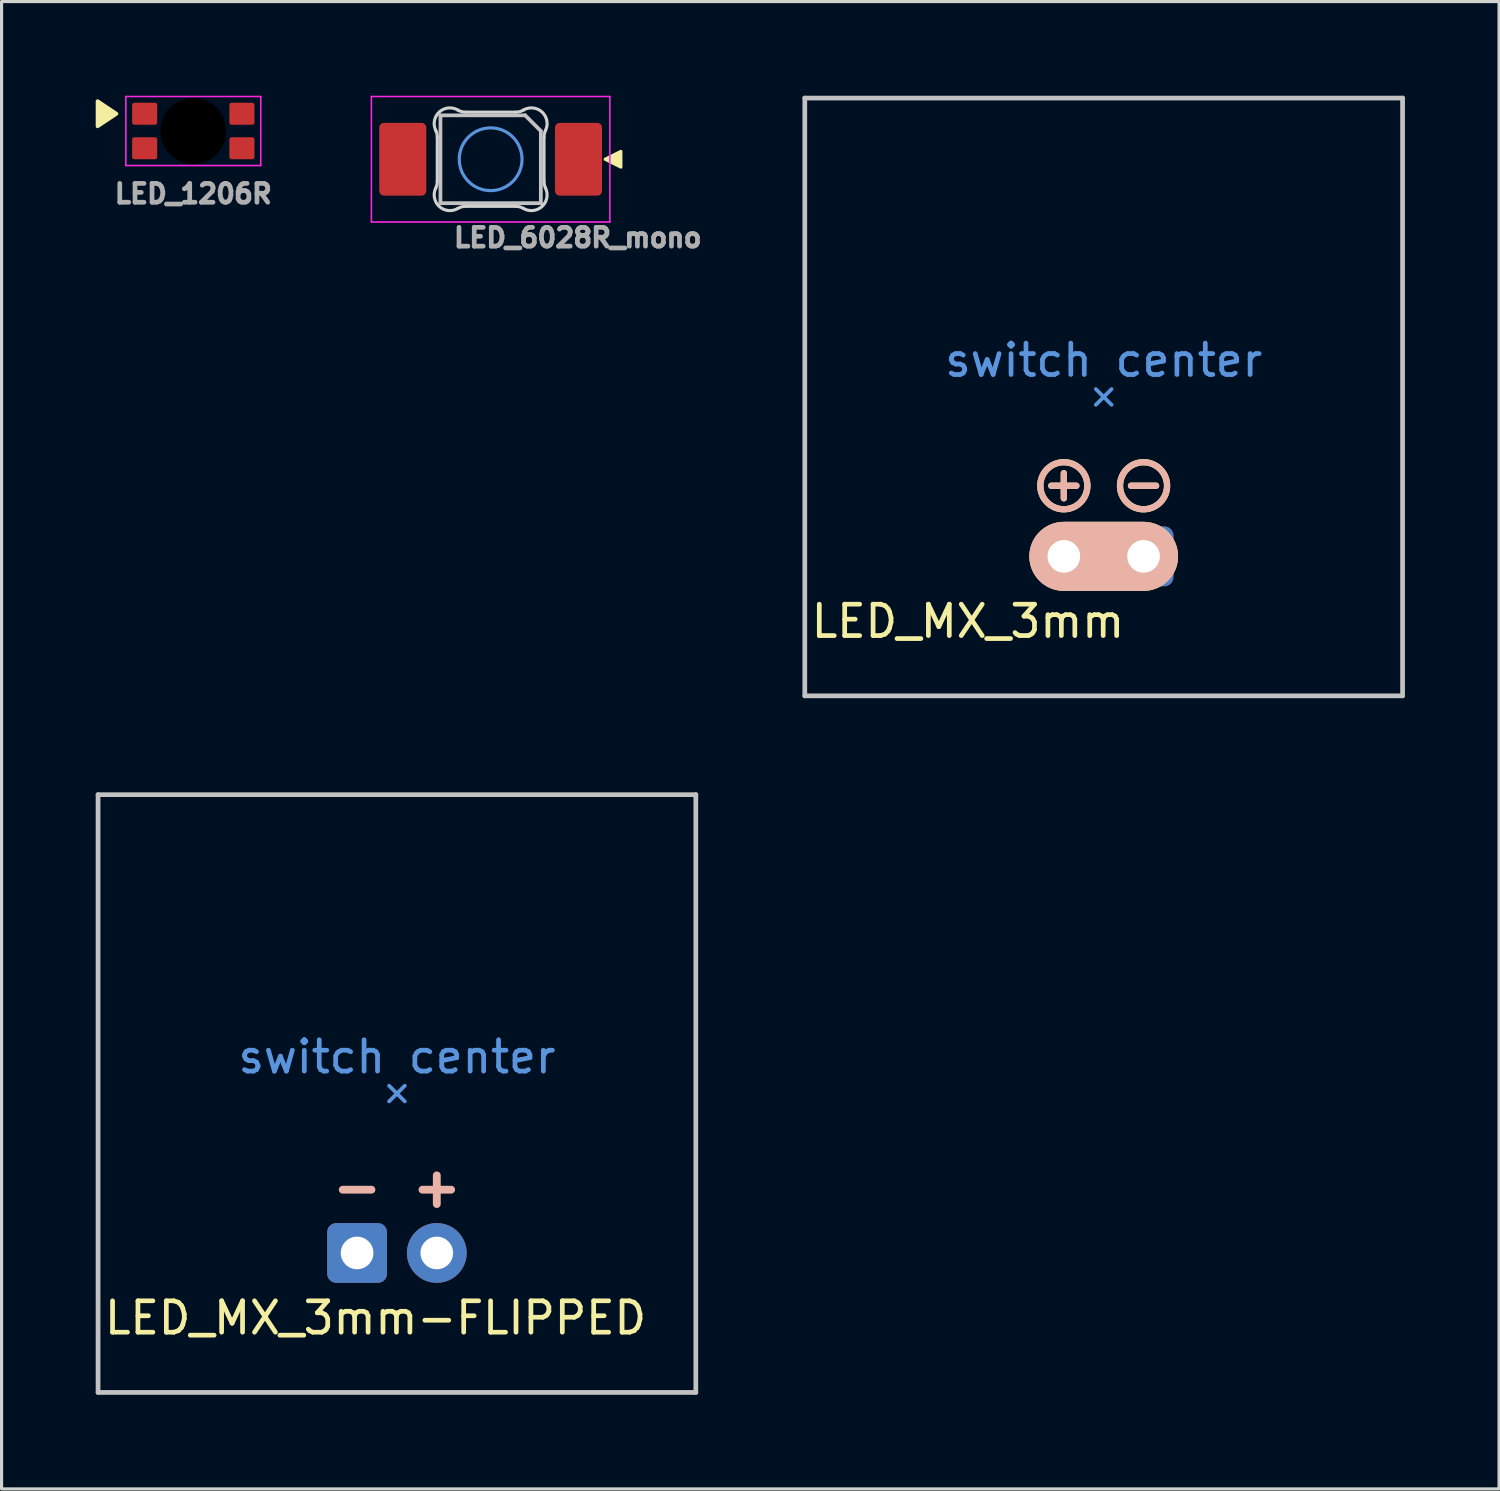
<source format=kicad_pcb>
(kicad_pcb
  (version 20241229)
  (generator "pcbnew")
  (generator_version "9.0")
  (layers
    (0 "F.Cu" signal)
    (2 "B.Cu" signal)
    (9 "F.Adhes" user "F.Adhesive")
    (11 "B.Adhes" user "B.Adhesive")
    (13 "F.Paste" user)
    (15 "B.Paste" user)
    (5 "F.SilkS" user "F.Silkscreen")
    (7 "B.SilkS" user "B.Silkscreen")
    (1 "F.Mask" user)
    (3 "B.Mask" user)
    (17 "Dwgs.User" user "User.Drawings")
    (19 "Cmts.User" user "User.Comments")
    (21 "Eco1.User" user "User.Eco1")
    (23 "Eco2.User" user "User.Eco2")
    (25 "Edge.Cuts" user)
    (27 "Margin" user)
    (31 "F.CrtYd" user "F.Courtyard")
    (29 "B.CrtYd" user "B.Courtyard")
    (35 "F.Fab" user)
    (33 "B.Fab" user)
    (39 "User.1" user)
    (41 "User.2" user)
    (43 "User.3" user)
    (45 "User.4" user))
  (footprint "LED_1206R"
    (layer "F.Cu")
    (at 3.11 1.125)
    (property "Reference" "LED_1206R" (at 0 2 0) (layer "F.Fab") (effects (font (size 0.6 0.6) (thickness 0.15))))
    (attr smd)
    (fp_poly (pts (xy -3.05 -0.95) (xy -2.45 -0.55) (xy -3.05 -0.15)) (stroke (width 0.12) (type solid)) (fill yes) (layer "F.SilkS"))
    (fp_line (start -2.15 -1.1) (end 2.15 -1.1) (stroke (width 0.05) (type solid)) (layer "F.CrtYd"))
    (fp_line (start -2.15 1.1) (end -2.15 -1.1) (stroke (width 0.05) (type solid)) (layer "F.CrtYd"))
    (fp_line (start 2.15 -1.1) (end 2.15 1.1) (stroke (width 0.05) (type solid)) (layer "F.CrtYd"))
    (fp_line (start 2.15 1.1) (end -2.15 1.1) (stroke (width 0.05) (type solid)) (layer "F.CrtYd"))
    (pad "" np_thru_hole circle (at 0 0 90) (size 2.1 2.1) (drill 2.1) (layers "*.Mask"))
    (pad "1" smd roundrect (at -1.55 -0.55 270) (size 0.7 0.8) (layers "F.Cu" "F.Mask" "F.Paste") (roundrect_rratio 0.1))
    (pad "2" smd roundrect (at -1.55 0.55 270) (size 0.7 0.8) (layers "F.Cu" "F.Mask" "F.Paste") (roundrect_rratio 0.1))
    (pad "3" smd roundrect (at 1.55 0.55 270) (size 0.7 0.8) (layers "F.Cu" "F.Mask" "F.Paste") (roundrect_rratio 0.1))
    (pad "4" smd roundrect (at 1.55 -0.55 270) (size 0.7 0.8) (layers "F.Cu" "F.Mask" "F.Paste") (roundrect_rratio 0.1)))
  (footprint "LED_6028R_mono"
    (layer "F.Cu")
    (at 12.586 2.025)
    (property "Reference" "LED_6028R_mono" (at -1.25 2.5 180) (layer "F.Fab") (effects (font (size 0.6 0.6) (thickness 0.15)) (justify left)))
    (attr smd)
    (fp_poly (pts (xy 3.65 0) (xy 4.15 -0.25) (xy 4.15 0.25)) (stroke (width 0.1) (type solid)) (fill yes) (layer "F.SilkS"))
    (fp_line (start -1.6 -1.4) (end 1.1 -1.4) (stroke (width 0.12) (type solid)) (layer "Dwgs.User"))
    (fp_line (start -1.6 1.4) (end -1.6 -1.4) (stroke (width 0.12) (type solid)) (layer "Dwgs.User"))
    (fp_line (start 1.6 -0.9) (end 1.1 -1.4) (stroke (width 0.12) (type solid)) (layer "Dwgs.User"))
    (fp_line (start 1.6 -0.9) (end 1.6 1.4) (stroke (width 0.12) (type solid)) (layer "Dwgs.User"))
    (fp_line (start 1.6 1.4) (end -1.6 1.4) (stroke (width 0.12) (type solid)) (layer "Dwgs.User"))
    (fp_circle (center 0 0) (end -1 0) (stroke (width 0.1) (type default)) (fill no) (layer "Cmts.User"))
    (fp_line (start -1.7 -0.703) (end -1.7 0.703) (stroke (width 0.1) (type solid)) (layer "Edge.Cuts"))
    (fp_line (start -0.794 1.5) (end 0.794 1.5) (stroke (width 0.1) (type solid)) (layer "Edge.Cuts"))
    (fp_line (start 0.794 -1.5) (end -0.794 -1.5) (stroke (width 0.1) (type solid)) (layer "Edge.Cuts"))
    (fp_line (start 1.7 0.703) (end 1.7 -0.703) (stroke (width 0.1) (type solid)) (layer "Edge.Cuts"))
    (fp_arc (start -1.749484 -0.919719) (mid -1.712519 -0.814068) (end -1.699999 -0.702842) (stroke (width 0.1) (type solid)) (layer "Edge.Cuts"))
    (fp_arc (start -1.749484 -0.919719) (mid -1.63807 -1.504033) (end -1.046711 -1.568296) (stroke (width 0.1) (type solid)) (layer "Edge.Cuts"))
    (fp_arc (start -1.699999 0.702843) (mid -1.712528 0.814069) (end -1.749484 0.919721) (stroke (width 0.1) (type solid)) (layer "Edge.Cuts"))
    (fp_arc (start -1.046711 1.5683) (mid -1.638072 1.504036) (end -1.749484 0.919721) (stroke (width 0.1) (type solid)) (layer "Edge.Cuts"))
    (fp_arc (start -1.046711 1.5683) (mid -0.925123 1.517378) (end -0.794453 1.500001) (stroke (width 0.1) (type solid)) (layer "Edge.Cuts"))
    (fp_arc (start -0.794452 -1.499999) (mid -0.925122 -1.517376) (end -1.04671 -1.568298) (stroke (width 0.1) (type solid)) (layer "Edge.Cuts"))
    (fp_arc (start 0.794453 1.5) (mid 0.925123 1.517377) (end 1.046711 1.568299) (stroke (width 0.1) (type solid)) (layer "Edge.Cuts"))
    (fp_arc (start 1.046711 -1.568298) (mid 0.925123 -1.517376) (end 0.794452 -1.499999) (stroke (width 0.1) (type solid)) (layer "Edge.Cuts"))
    (fp_arc (start 1.046711 -1.568298) (mid 1.638072 -1.504034) (end 1.749484 -0.919718) (stroke (width 0.1) (type solid)) (layer "Edge.Cuts"))
    (fp_arc (start 1.699999 -0.702841) (mid 1.712527 -0.814067) (end 1.749484 -0.919719) (stroke (width 0.1) (type solid)) (layer "Edge.Cuts"))
    (fp_arc (start 1.749484 0.919721) (mid 1.638071 1.504035) (end 1.046711 1.568299) (stroke (width 0.1) (type solid)) (layer "Edge.Cuts"))
    (fp_arc (start 1.749484 0.919721) (mid 1.712527 0.814069) (end 1.699999 0.702844) (stroke (width 0.1) (type solid)) (layer "Edge.Cuts"))
    (fp_line (start -3.8 -2) (end 3.8 -2) (stroke (width 0.05) (type solid)) (layer "F.CrtYd"))
    (fp_line (start -3.8 2) (end -3.8 -2) (stroke (width 0.05) (type solid)) (layer "F.CrtYd"))
    (fp_line (start 3.8 -2) (end 3.8 2) (stroke (width 0.05) (type solid)) (layer "F.CrtYd"))
    (fp_line (start 3.8 2) (end -3.8 2) (stroke (width 0.05) (type solid)) (layer "F.CrtYd"))
    (pad "1" smd roundrect (at -2.8 0 270) (size 2.32 1.5) (layers "F.Cu" "F.Mask" "F.Paste") (roundrect_rratio 0.1))
    (pad "2" smd roundrect (at 2.8 -0.000003 270) (size 2.32 1.5) (layers "F.Cu" "F.Mask" "F.Paste") (roundrect_rratio 0.1)))
  (footprint "LED_MX_3mm-FLIPPED"
    (layer "F.Cu")
    (at 9.6 36.88)
    (property "Reference" "LED_MX_3mm-FLIPPED" (at -9.4 2.07 0) (layer "F.SilkS") (effects (font (size 1 1) (thickness 0.15)) (justify left)))
    (attr through_hole exclude_from_pos_files exclude_from_bom)
    (fp_line (start -9.525 -14.605) (end 9.525 -14.605) (stroke (width 0.15) (type solid)) (layer "Dwgs.User"))
    (fp_line (start -9.525 4.445) (end -9.525 -14.605) (stroke (width 0.15) (type solid)) (layer "Dwgs.User"))
    (fp_line (start 9.525 -14.605) (end 9.525 4.445) (stroke (width 0.15) (type solid)) (layer "Dwgs.User"))
    (fp_line (start 9.525 4.445) (end -9.525 4.445) (stroke (width 0.15) (type solid)) (layer "Dwgs.User"))
    (fp_line (start -0.25 -4.83) (end 0 -5.08) (stroke (width 0.12) (type solid)) (layer "Cmts.User"))
    (fp_line (start 0 -5.08) (end -0.25 -5.33) (stroke (width 0.12) (type solid)) (layer "Cmts.User"))
    (fp_line (start 0 -5.08) (end 0.25 -5.33) (stroke (width 0.12) (type solid)) (layer "Cmts.User"))
    (fp_line (start 0.25 -4.83) (end 0 -5.08) (stroke (width 0.12) (type solid)) (layer "Cmts.User"))
    (fp_text user "-" (at -1.27 -2.101 0) (layer "B.SilkS") (effects (font (size 1.2 1.2) (thickness 0.25))))
    (fp_text user "+" (at 1.27 -2.101 0) (layer "B.SilkS") (effects (font (size 1.2 1.2) (thickness 0.25))))
    (fp_text user "switch center" (at 0 -6.25 0) (layer "Cmts.User") (effects (font (size 1 1) (thickness 0.15))))
    (pad "1" thru_hole roundrect (at -1.27 0) (size 1.905 1.905) (drill 1.04) (layers "*.Cu" "B.Mask") (roundrect_rratio 0.15))
    (pad "2" thru_hole circle (at 1.27 0) (size 1.905 1.905) (drill 1.04) (layers "*.Cu" "B.Mask")))
  (footprint "LED_MX_3mm"
    (layer "F.Cu")
    (at 32.123 14.68)
    (property "Reference" "LED_MX_3mm" (at -9.4 2.07 0) (layer "F.SilkS") (effects (font (size 1 1) (thickness 0.15)) (justify left)))
    (attr through_hole exclude_from_pos_files exclude_from_bom)
    (fp_line (start -1.67 -2.25) (end -0.87 -2.25) (stroke (width 0.2) (type default)) (layer "F.SilkS"))
    (fp_line (start -1.27 -2.65) (end -1.27 -1.85) (stroke (width 0.2) (type default)) (layer "F.SilkS"))
    (fp_line (start 0.87 -2.25) (end 1.67 -2.25) (stroke (width 0.2) (type default)) (layer "F.SilkS"))
    (fp_line (start 1.27 0) (end -1.27 0) (stroke (width 2.2) (type default)) (layer "F.SilkS"))
    (fp_circle (center -1.27 -2.25) (end -1.27 -1.5) (stroke (width 0.2) (type default)) (fill no) (layer "F.SilkS"))
    (fp_circle (center 1.27 -2.25) (end 1.27 -1.5) (stroke (width 0.2) (type default)) (fill no) (layer "F.SilkS"))
    (fp_line (start -1.67 -2.25) (end -0.87 -2.25) (stroke (width 0.2) (type default)) (layer "B.SilkS"))
    (fp_line (start -1.27 -1.85) (end -1.27 -2.65) (stroke (width 0.2) (type default)) (layer "B.SilkS"))
    (fp_line (start -1.27 0) (end 1.27 0) (stroke (width 2.2) (type default)) (layer "B.SilkS"))
    (fp_line (start 0.87 -2.25) (end 1.67 -2.25) (stroke (width 0.2) (type default)) (layer "B.SilkS"))
    (fp_circle (center -1.27 -2.25) (end -1.27 -3) (stroke (width 0.2) (type default)) (fill no) (layer "B.SilkS"))
    (fp_circle (center 1.27 -2.25) (end 1.27 -3) (stroke (width 0.2) (type default)) (fill no) (layer "B.SilkS"))
    (fp_line (start -9.525 -14.605) (end 9.525 -14.605) (stroke (width 0.15) (type solid)) (layer "Dwgs.User"))
    (fp_line (start -9.525 4.445) (end -9.525 -14.605) (stroke (width 0.15) (type solid)) (layer "Dwgs.User"))
    (fp_line (start 9.525 -14.605) (end 9.525 4.445) (stroke (width 0.15) (type solid)) (layer "Dwgs.User"))
    (fp_line (start 9.525 4.445) (end -9.525 4.445) (stroke (width 0.15) (type solid)) (layer "Dwgs.User"))
    (fp_line (start -0.25 -4.83) (end 0 -5.08) (stroke (width 0.12) (type solid)) (layer "Cmts.User"))
    (fp_line (start 0 -5.08) (end -0.25 -5.33) (stroke (width 0.12) (type solid)) (layer "Cmts.User"))
    (fp_line (start 0 -5.08) (end 0.25 -5.33) (stroke (width 0.12) (type solid)) (layer "Cmts.User"))
    (fp_line (start 0.25 -4.83) (end 0 -5.08) (stroke (width 0.12) (type solid)) (layer "Cmts.User"))
    (fp_text user "switch center" (at 0 -6.25 0) (layer "Cmts.User") (effects (font (size 1 1) (thickness 0.15))))
    (pad "1" thru_hole roundrect (at 1.27 0) (size 1.905 1.905) (drill 1.04) (layers "*.Cu" "B.Mask") (roundrect_rratio 0.15))
    (pad "2" thru_hole circle (at -1.27 0) (size 1.905 1.905) (drill 1.04) (layers "*.Cu" "B.Mask")))
  (gr_rect
    (start -3 -3)
    (end 44.723 44.4)
    (stroke (width 0.1) (type default))
    (fill no)
    (layer "Edge.Cuts")))
</source>
